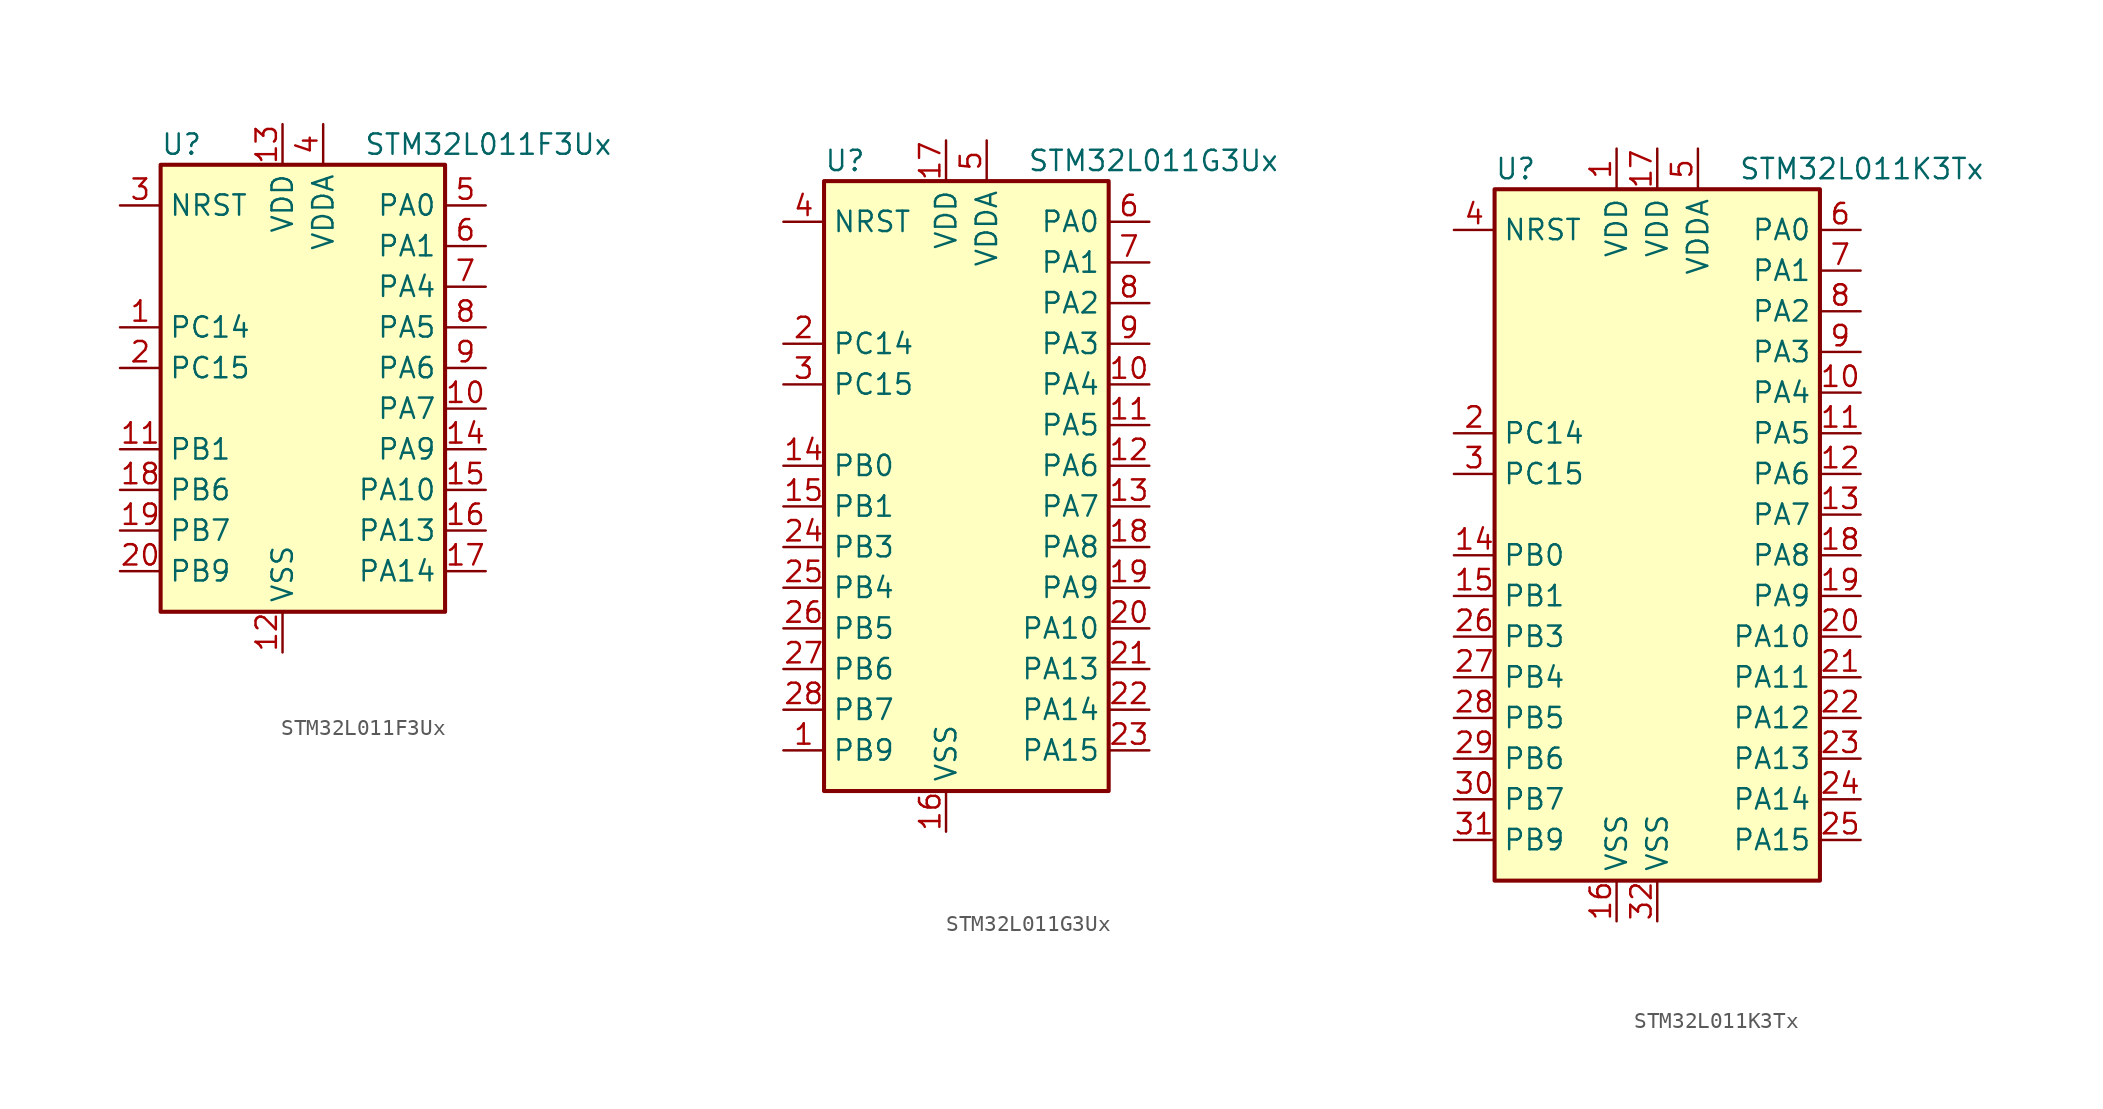
<source format=kicad_sym>
(kicad_symbol_lib
  (version 20211014)
  (generator kicad_symbol_editor)
  (symbol "STM32L011F3Ux"
    (property "Reference" "U"
      (at -10.16 13.97 0)
      (effects (font (size 1.27 1.27)) (justify left)))
    (property "Value" "STM32L011F3Ux"
      (at 2.54 13.97 0)
      (effects (font (size 1.27 1.27)) (justify left)))
    (symbol "STM32L011F3Ux_0_1"
      (rectangle (start -10.16 -15.24) (end 7.62 12.7) (stroke (width 0.254) (type default) (color 0 0 0 0)) (fill (type background))))
    (symbol "STM32L011F3Ux_1_1"
      (pin bidirectional line (at -12.7 2.54 0) (length 2.54) (name "PC14" (effects (font (size 1.27 1.27)))) (number "1" (effects (font (size 1.27 1.27)))))
      (pin bidirectional line (at 10.16 -2.54 180) (length 2.54) (name "PA7" (effects (font (size 1.27 1.27)))) (number "10" (effects (font (size 1.27 1.27)))))
      (pin bidirectional line (at -12.7 -5.08 0) (length 2.54) (name "PB1" (effects (font (size 1.27 1.27)))) (number "11" (effects (font (size 1.27 1.27)))))
      (pin power_in line (at -2.54 -17.78 90) (length 2.54) (name "VSS" (effects (font (size 1.27 1.27)))) (number "12" (effects (font (size 1.27 1.27)))))
      (pin power_in line (at -2.54 15.24 270) (length 2.54) (name "VDD" (effects (font (size 1.27 1.27)))) (number "13" (effects (font (size 1.27 1.27)))))
      (pin bidirectional line (at 10.16 -5.08 180) (length 2.54) (name "PA9" (effects (font (size 1.27 1.27)))) (number "14" (effects (font (size 1.27 1.27)))))
      (pin bidirectional line (at 10.16 -7.62 180) (length 2.54) (name "PA10" (effects (font (size 1.27 1.27)))) (number "15" (effects (font (size 1.27 1.27)))))
      (pin bidirectional line (at 10.16 -10.16 180) (length 2.54) (name "PA13" (effects (font (size 1.27 1.27)))) (number "16" (effects (font (size 1.27 1.27)))))
      (pin bidirectional line (at 10.16 -12.7 180) (length 2.54) (name "PA14" (effects (font (size 1.27 1.27)))) (number "17" (effects (font (size 1.27 1.27)))))
      (pin bidirectional line (at -12.7 -7.62 0) (length 2.54) (name "PB6" (effects (font (size 1.27 1.27)))) (number "18" (effects (font (size 1.27 1.27)))))
      (pin bidirectional line (at -12.7 -10.16 0) (length 2.54) (name "PB7" (effects (font (size 1.27 1.27)))) (number "19" (effects (font (size 1.27 1.27)))))
      (pin bidirectional line (at -12.7 0 0) (length 2.54) (name "PC15" (effects (font (size 1.27 1.27)))) (number "2" (effects (font (size 1.27 1.27)))))
      (pin bidirectional line (at -12.7 -12.7 0) (length 2.54) (name "PB9" (effects (font (size 1.27 1.27)))) (number "20" (effects (font (size 1.27 1.27)))))
      (pin input line (at -12.7 10.16 0) (length 2.54) (name "NRST" (effects (font (size 1.27 1.27)))) (number "3" (effects (font (size 1.27 1.27)))))
      (pin power_in line (at 0 15.24 270) (length 2.54) (name "VDDA" (effects (font (size 1.27 1.27)))) (number "4" (effects (font (size 1.27 1.27)))))
      (pin bidirectional line (at 10.16 10.16 180) (length 2.54) (name "PA0" (effects (font (size 1.27 1.27)))) (number "5" (effects (font (size 1.27 1.27)))))
      (pin bidirectional line (at 10.16 7.62 180) (length 2.54) (name "PA1" (effects (font (size 1.27 1.27)))) (number "6" (effects (font (size 1.27 1.27)))))
      (pin bidirectional line (at 10.16 5.08 180) (length 2.54) (name "PA4" (effects (font (size 1.27 1.27)))) (number "7" (effects (font (size 1.27 1.27)))))
      (pin bidirectional line (at 10.16 2.54 180) (length 2.54) (name "PA5" (effects (font (size 1.27 1.27)))) (number "8" (effects (font (size 1.27 1.27)))))
      (pin bidirectional line (at 10.16 0 180) (length 2.54) (name "PA6" (effects (font (size 1.27 1.27)))) (number "9" (effects (font (size 1.27 1.27)))))))
  (symbol "STM32L011G3Ux"
    (property "Reference" "U"
      (at -10.16 19.05 0)
      (effects (font (size 1.27 1.27)) (justify left)))
    (property "Value" "STM32L011G3Ux"
      (at 2.54 19.05 0)
      (effects (font (size 1.27 1.27)) (justify left)))
    (symbol "STM32L011G3Ux_0_1"
      (rectangle (start -10.16 -20.32) (end 7.62 17.78) (stroke (width 0.254) (type default) (color 0 0 0 0)) (fill (type background))))
    (symbol "STM32L011G3Ux_1_1"
      (pin bidirectional line (at -12.7 -17.78 0) (length 2.54) (name "PB9" (effects (font (size 1.27 1.27)))) (number "1" (effects (font (size 1.27 1.27)))))
      (pin bidirectional line (at 10.16 5.08 180) (length 2.54) (name "PA4" (effects (font (size 1.27 1.27)))) (number "10" (effects (font (size 1.27 1.27)))))
      (pin bidirectional line (at 10.16 2.54 180) (length 2.54) (name "PA5" (effects (font (size 1.27 1.27)))) (number "11" (effects (font (size 1.27 1.27)))))
      (pin bidirectional line (at 10.16 0 180) (length 2.54) (name "PA6" (effects (font (size 1.27 1.27)))) (number "12" (effects (font (size 1.27 1.27)))))
      (pin bidirectional line (at 10.16 -2.54 180) (length 2.54) (name "PA7" (effects (font (size 1.27 1.27)))) (number "13" (effects (font (size 1.27 1.27)))))
      (pin bidirectional line (at -12.7 0 0) (length 2.54) (name "PB0" (effects (font (size 1.27 1.27)))) (number "14" (effects (font (size 1.27 1.27)))))
      (pin bidirectional line (at -12.7 -2.54 0) (length 2.54) (name "PB1" (effects (font (size 1.27 1.27)))) (number "15" (effects (font (size 1.27 1.27)))))
      (pin power_in line (at -2.54 -22.86 90) (length 2.54) (name "VSS" (effects (font (size 1.27 1.27)))) (number "16" (effects (font (size 1.27 1.27)))))
      (pin power_in line (at -2.54 20.32 270) (length 2.54) (name "VDD" (effects (font (size 1.27 1.27)))) (number "17" (effects (font (size 1.27 1.27)))))
      (pin bidirectional line (at 10.16 -5.08 180) (length 2.54) (name "PA8" (effects (font (size 1.27 1.27)))) (number "18" (effects (font (size 1.27 1.27)))))
      (pin bidirectional line (at 10.16 -7.62 180) (length 2.54) (name "PA9" (effects (font (size 1.27 1.27)))) (number "19" (effects (font (size 1.27 1.27)))))
      (pin bidirectional line (at -12.7 7.62 0) (length 2.54) (name "PC14" (effects (font (size 1.27 1.27)))) (number "2" (effects (font (size 1.27 1.27)))))
      (pin bidirectional line (at 10.16 -10.16 180) (length 2.54) (name "PA10" (effects (font (size 1.27 1.27)))) (number "20" (effects (font (size 1.27 1.27)))))
      (pin bidirectional line (at 10.16 -12.7 180) (length 2.54) (name "PA13" (effects (font (size 1.27 1.27)))) (number "21" (effects (font (size 1.27 1.27)))))
      (pin bidirectional line (at 10.16 -15.24 180) (length 2.54) (name "PA14" (effects (font (size 1.27 1.27)))) (number "22" (effects (font (size 1.27 1.27)))))
      (pin bidirectional line (at 10.16 -17.78 180) (length 2.54) (name "PA15" (effects (font (size 1.27 1.27)))) (number "23" (effects (font (size 1.27 1.27)))))
      (pin bidirectional line (at -12.7 -5.08 0) (length 2.54) (name "PB3" (effects (font (size 1.27 1.27)))) (number "24" (effects (font (size 1.27 1.27)))))
      (pin bidirectional line (at -12.7 -7.62 0) (length 2.54) (name "PB4" (effects (font (size 1.27 1.27)))) (number "25" (effects (font (size 1.27 1.27)))))
      (pin bidirectional line (at -12.7 -10.16 0) (length 2.54) (name "PB5" (effects (font (size 1.27 1.27)))) (number "26" (effects (font (size 1.27 1.27)))))
      (pin bidirectional line (at -12.7 -12.7 0) (length 2.54) (name "PB6" (effects (font (size 1.27 1.27)))) (number "27" (effects (font (size 1.27 1.27)))))
      (pin bidirectional line (at -12.7 -15.24 0) (length 2.54) (name "PB7" (effects (font (size 1.27 1.27)))) (number "28" (effects (font (size 1.27 1.27)))))
      (pin bidirectional line (at -12.7 5.08 0) (length 2.54) (name "PC15" (effects (font (size 1.27 1.27)))) (number "3" (effects (font (size 1.27 1.27)))))
      (pin input line (at -12.7 15.24 0) (length 2.54) (name "NRST" (effects (font (size 1.27 1.27)))) (number "4" (effects (font (size 1.27 1.27)))))
      (pin power_in line (at 0 20.32 270) (length 2.54) (name "VDDA" (effects (font (size 1.27 1.27)))) (number "5" (effects (font (size 1.27 1.27)))))
      (pin bidirectional line (at 10.16 15.24 180) (length 2.54) (name "PA0" (effects (font (size 1.27 1.27)))) (number "6" (effects (font (size 1.27 1.27)))))
      (pin bidirectional line (at 10.16 12.7 180) (length 2.54) (name "PA1" (effects (font (size 1.27 1.27)))) (number "7" (effects (font (size 1.27 1.27)))))
      (pin bidirectional line (at 10.16 10.16 180) (length 2.54) (name "PA2" (effects (font (size 1.27 1.27)))) (number "8" (effects (font (size 1.27 1.27)))))
      (pin bidirectional line (at 10.16 7.62 180) (length 2.54) (name "PA3" (effects (font (size 1.27 1.27)))) (number "9" (effects (font (size 1.27 1.27)))))))
  (symbol "STM32L011K3Tx"
    (property "Reference" "U"
      (at -10.16 21.59 0)
      (effects (font (size 1.27 1.27)) (justify left)))
    (property "Value" "STM32L011K3Tx"
      (at 5.08 21.59 0)
      (effects (font (size 1.27 1.27)) (justify left)))
    (symbol "STM32L011K3Tx_0_1"
      (rectangle (start -10.16 -22.86) (end 10.16 20.32) (stroke (width 0.254) (type default) (color 0 0 0 0)) (fill (type background))))
    (symbol "STM32L011K3Tx_1_1"
      (pin power_in line (at -2.54 22.86 270) (length 2.54) (name "VDD" (effects (font (size 1.27 1.27)))) (number "1" (effects (font (size 1.27 1.27)))))
      (pin bidirectional line (at 12.7 7.62 180) (length 2.54) (name "PA4" (effects (font (size 1.27 1.27)))) (number "10" (effects (font (size 1.27 1.27)))))
      (pin bidirectional line (at 12.7 5.08 180) (length 2.54) (name "PA5" (effects (font (size 1.27 1.27)))) (number "11" (effects (font (size 1.27 1.27)))))
      (pin bidirectional line (at 12.7 2.54 180) (length 2.54) (name "PA6" (effects (font (size 1.27 1.27)))) (number "12" (effects (font (size 1.27 1.27)))))
      (pin bidirectional line (at 12.7 0 180) (length 2.54) (name "PA7" (effects (font (size 1.27 1.27)))) (number "13" (effects (font (size 1.27 1.27)))))
      (pin bidirectional line (at -12.7 -2.54 0) (length 2.54) (name "PB0" (effects (font (size 1.27 1.27)))) (number "14" (effects (font (size 1.27 1.27)))))
      (pin bidirectional line (at -12.7 -5.08 0) (length 2.54) (name "PB1" (effects (font (size 1.27 1.27)))) (number "15" (effects (font (size 1.27 1.27)))))
      (pin power_in line (at -2.54 -25.4 90) (length 2.54) (name "VSS" (effects (font (size 1.27 1.27)))) (number "16" (effects (font (size 1.27 1.27)))))
      (pin power_in line (at 0 22.86 270) (length 2.54) (name "VDD" (effects (font (size 1.27 1.27)))) (number "17" (effects (font (size 1.27 1.27)))))
      (pin bidirectional line (at 12.7 -2.54 180) (length 2.54) (name "PA8" (effects (font (size 1.27 1.27)))) (number "18" (effects (font (size 1.27 1.27)))))
      (pin bidirectional line (at 12.7 -5.08 180) (length 2.54) (name "PA9" (effects (font (size 1.27 1.27)))) (number "19" (effects (font (size 1.27 1.27)))))
      (pin bidirectional line (at -12.7 5.08 0) (length 2.54) (name "PC14" (effects (font (size 1.27 1.27)))) (number "2" (effects (font (size 1.27 1.27)))))
      (pin bidirectional line (at 12.7 -7.62 180) (length 2.54) (name "PA10" (effects (font (size 1.27 1.27)))) (number "20" (effects (font (size 1.27 1.27)))))
      (pin bidirectional line (at 12.7 -10.16 180) (length 2.54) (name "PA11" (effects (font (size 1.27 1.27)))) (number "21" (effects (font (size 1.27 1.27)))))
      (pin bidirectional line (at 12.7 -12.7 180) (length 2.54) (name "PA12" (effects (font (size 1.27 1.27)))) (number "22" (effects (font (size 1.27 1.27)))))
      (pin bidirectional line (at 12.7 -15.24 180) (length 2.54) (name "PA13" (effects (font (size 1.27 1.27)))) (number "23" (effects (font (size 1.27 1.27)))))
      (pin bidirectional line (at 12.7 -17.78 180) (length 2.54) (name "PA14" (effects (font (size 1.27 1.27)))) (number "24" (effects (font (size 1.27 1.27)))))
      (pin bidirectional line (at 12.7 -20.32 180) (length 2.54) (name "PA15" (effects (font (size 1.27 1.27)))) (number "25" (effects (font (size 1.27 1.27)))))
      (pin bidirectional line (at -12.7 -7.62 0) (length 2.54) (name "PB3" (effects (font (size 1.27 1.27)))) (number "26" (effects (font (size 1.27 1.27)))))
      (pin bidirectional line (at -12.7 -10.16 0) (length 2.54) (name "PB4" (effects (font (size 1.27 1.27)))) (number "27" (effects (font (size 1.27 1.27)))))
      (pin bidirectional line (at -12.7 -12.7 0) (length 2.54) (name "PB5" (effects (font (size 1.27 1.27)))) (number "28" (effects (font (size 1.27 1.27)))))
      (pin bidirectional line (at -12.7 -15.24 0) (length 2.54) (name "PB6" (effects (font (size 1.27 1.27)))) (number "29" (effects (font (size 1.27 1.27)))))
      (pin bidirectional line (at -12.7 2.54 0) (length 2.54) (name "PC15" (effects (font (size 1.27 1.27)))) (number "3" (effects (font (size 1.27 1.27)))))
      (pin bidirectional line (at -12.7 -17.78 0) (length 2.54) (name "PB7" (effects (font (size 1.27 1.27)))) (number "30" (effects (font (size 1.27 1.27)))))
      (pin bidirectional line (at -12.7 -20.32 0) (length 2.54) (name "PB9" (effects (font (size 1.27 1.27)))) (number "31" (effects (font (size 1.27 1.27)))))
      (pin power_in line (at 0 -25.4 90) (length 2.54) (name "VSS" (effects (font (size 1.27 1.27)))) (number "32" (effects (font (size 1.27 1.27)))))
      (pin input line (at -12.7 17.78 0) (length 2.54) (name "NRST" (effects (font (size 1.27 1.27)))) (number "4" (effects (font (size 1.27 1.27)))))
      (pin power_in line (at 2.54 22.86 270) (length 2.54) (name "VDDA" (effects (font (size 1.27 1.27)))) (number "5" (effects (font (size 1.27 1.27)))))
      (pin bidirectional line (at 12.7 17.78 180) (length 2.54) (name "PA0" (effects (font (size 1.27 1.27)))) (number "6" (effects (font (size 1.27 1.27)))))
      (pin bidirectional line (at 12.7 15.24 180) (length 2.54) (name "PA1" (effects (font (size 1.27 1.27)))) (number "7" (effects (font (size 1.27 1.27)))))
      (pin bidirectional line (at 12.7 12.7 180) (length 2.54) (name "PA2" (effects (font (size 1.27 1.27)))) (number "8" (effects (font (size 1.27 1.27)))))
      (pin bidirectional line (at 12.7 10.16 180) (length 2.54) (name "PA3" (effects (font (size 1.27 1.27)))) (number "9" (effects (font (size 1.27 1.27))))))))
</source>
